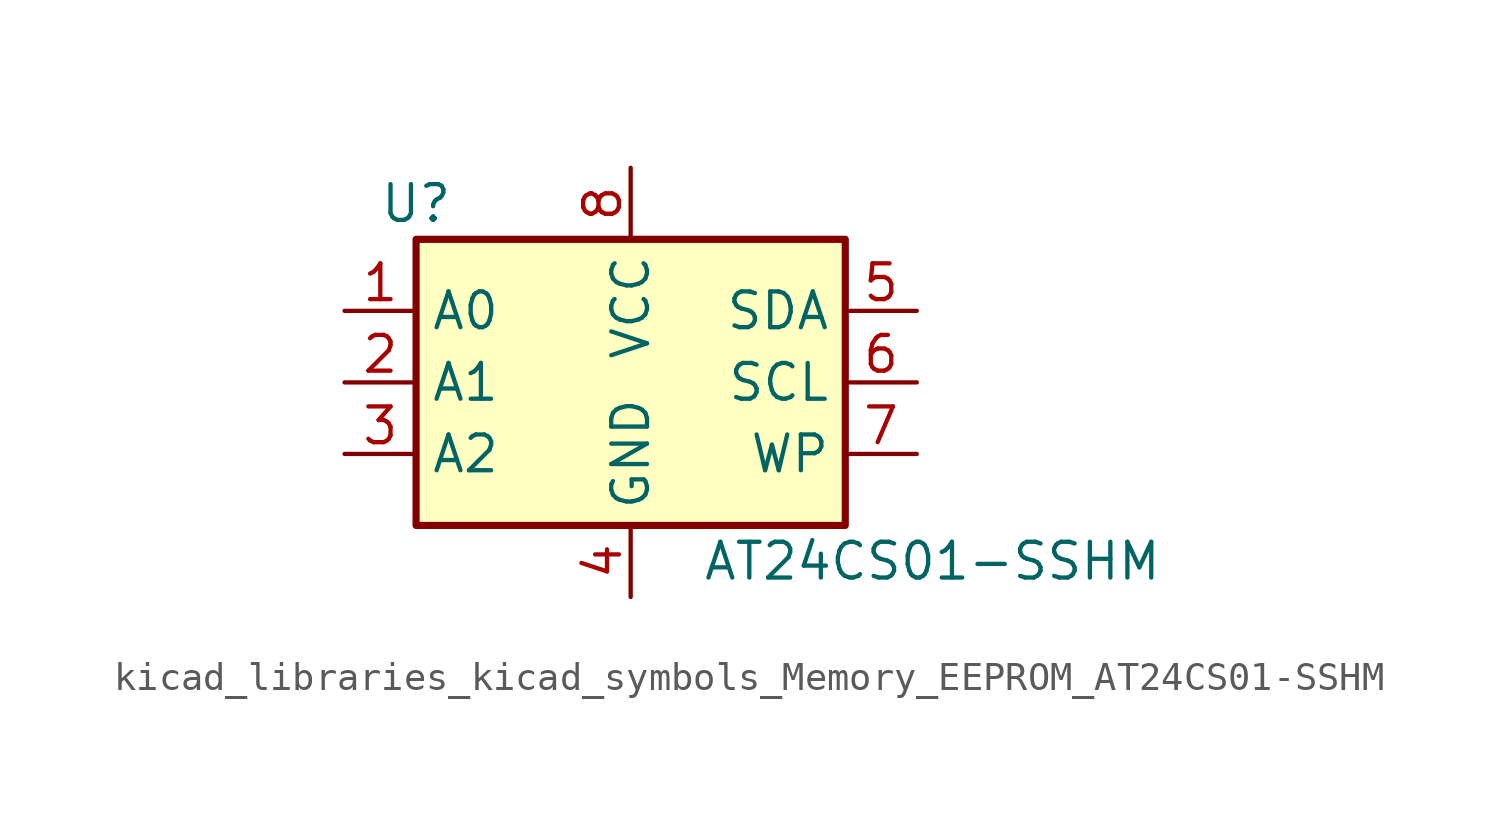
<source format=kicad_sym>
(kicad_symbol_lib
  (version 20220914)
  (generator kicad_symbol_editor)
  (symbol "kicad_libraries_kicad_symbols_Memory_EEPROM_AT24CS01-SSHM"
    (property "Reference" "U"
      (at -7.62 6.35 0)
      (effects (font (size 1.27 1.27))))
    (property "Value" "AT24CS01-SSHM"
      (at 2.54 -6.35 0)
      (effects (font (size 1.27 1.27)) (justify left)))
    (symbol "kicad_libraries_kicad_symbols_Memory_EEPROM_AT24CS01-SSHM_1_1"
      (rectangle (start -7.62 5.08) (end 7.62 -5.08) (stroke (width 0.254) (type default)) (fill (type background)))
      (pin input line (at -10.16 2.54 0) (length 2.54) (name "A0" (effects (font (size 1.27 1.27)))) (number "1" (effects (font (size 1.27 1.27)))))
      (pin input line (at -10.16 0 0) (length 2.54) (name "A1" (effects (font (size 1.27 1.27)))) (number "2" (effects (font (size 1.27 1.27)))))
      (pin input line (at -10.16 -2.54 0) (length 2.54) (name "A2" (effects (font (size 1.27 1.27)))) (number "3" (effects (font (size 1.27 1.27)))))
      (pin power_in line (at 0 -7.62 90) (length 2.54) (name "GND" (effects (font (size 1.27 1.27)))) (number "4" (effects (font (size 1.27 1.27)))))
      (pin bidirectional line (at 10.16 2.54 180) (length 2.54) (name "SDA" (effects (font (size 1.27 1.27)))) (number "5" (effects (font (size 1.27 1.27)))))
      (pin input line (at 10.16 0 180) (length 2.54) (name "SCL" (effects (font (size 1.27 1.27)))) (number "6" (effects (font (size 1.27 1.27)))))
      (pin input line (at 10.16 -2.54 180) (length 2.54) (name "WP" (effects (font (size 1.27 1.27)))) (number "7" (effects (font (size 1.27 1.27)))))
      (pin power_in line (at 0 7.62 270) (length 2.54) (name "VCC" (effects (font (size 1.27 1.27)))) (number "8" (effects (font (size 1.27 1.27))))))))
</source>
